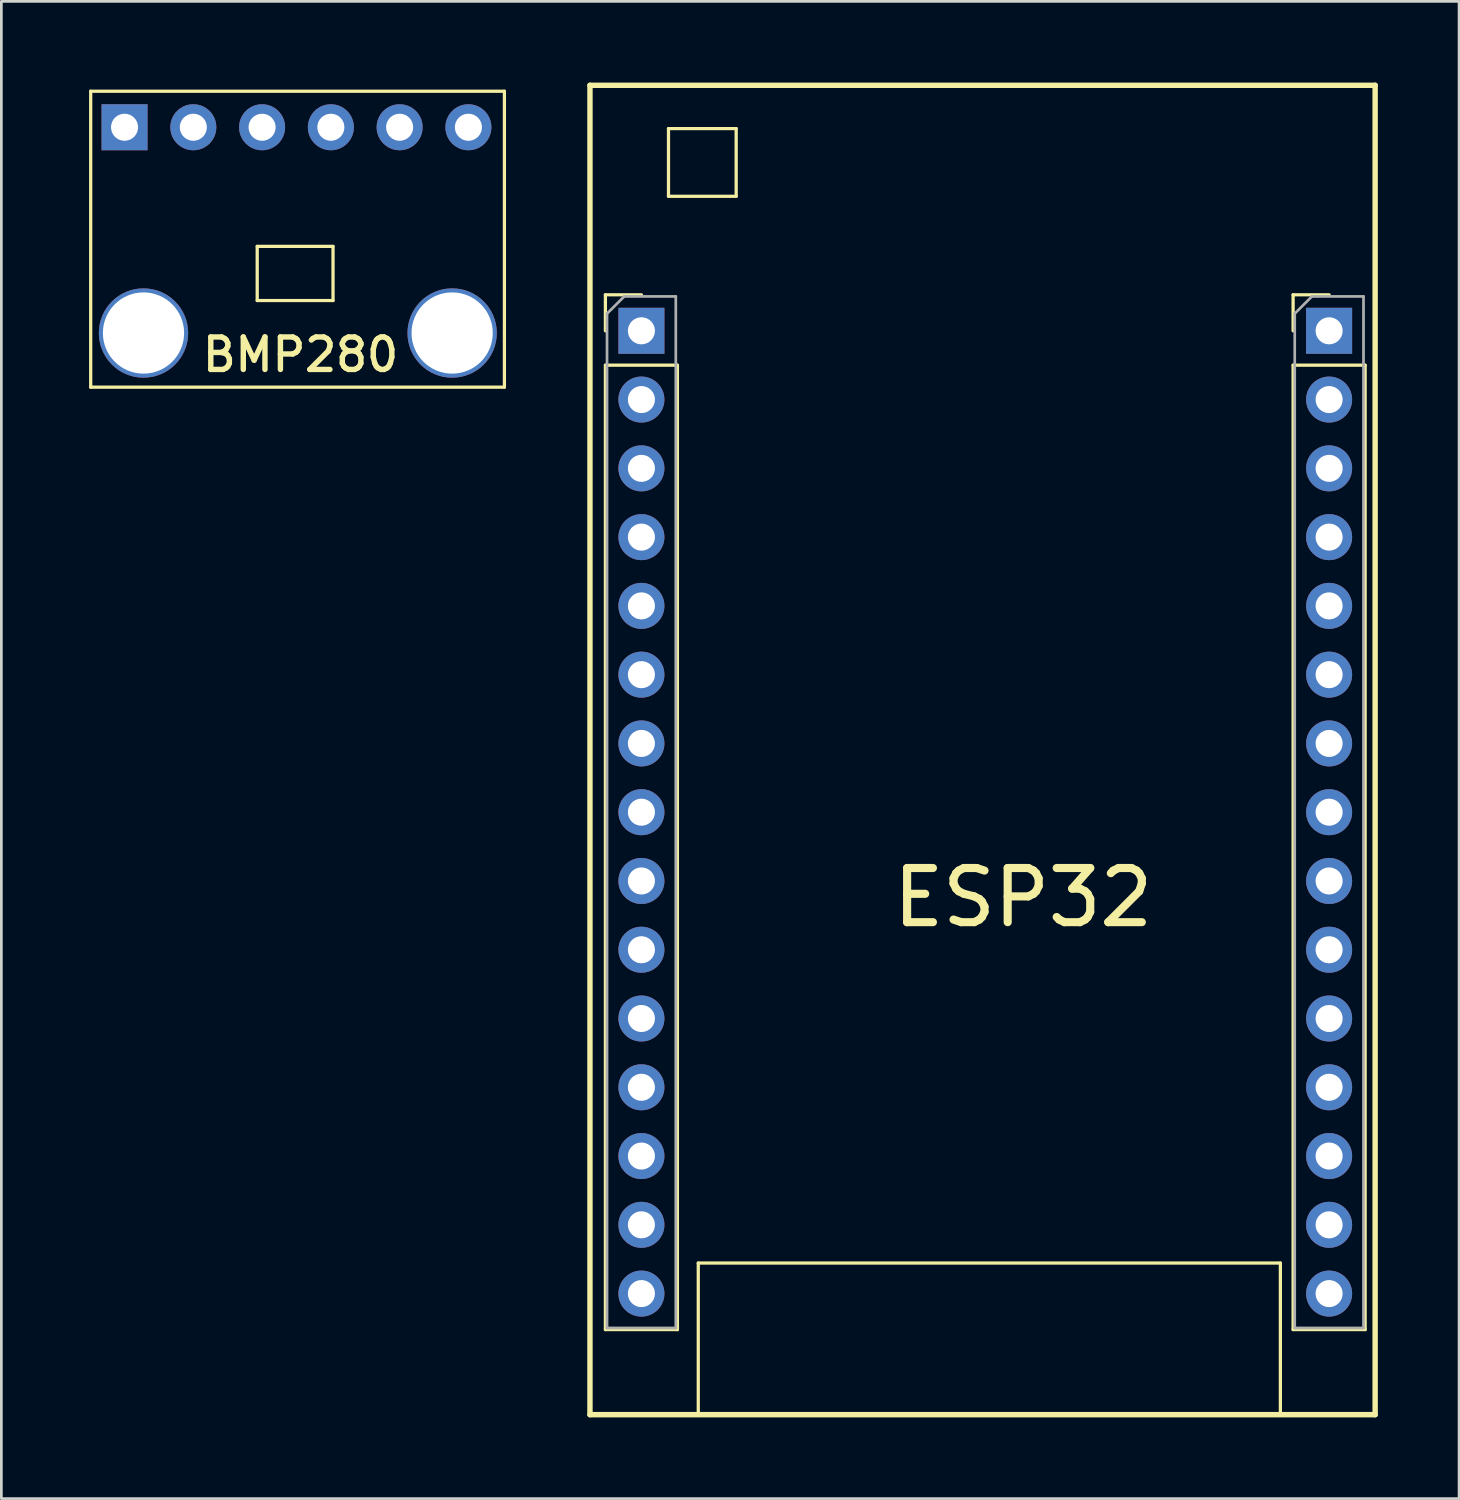
<source format=kicad_pcb>
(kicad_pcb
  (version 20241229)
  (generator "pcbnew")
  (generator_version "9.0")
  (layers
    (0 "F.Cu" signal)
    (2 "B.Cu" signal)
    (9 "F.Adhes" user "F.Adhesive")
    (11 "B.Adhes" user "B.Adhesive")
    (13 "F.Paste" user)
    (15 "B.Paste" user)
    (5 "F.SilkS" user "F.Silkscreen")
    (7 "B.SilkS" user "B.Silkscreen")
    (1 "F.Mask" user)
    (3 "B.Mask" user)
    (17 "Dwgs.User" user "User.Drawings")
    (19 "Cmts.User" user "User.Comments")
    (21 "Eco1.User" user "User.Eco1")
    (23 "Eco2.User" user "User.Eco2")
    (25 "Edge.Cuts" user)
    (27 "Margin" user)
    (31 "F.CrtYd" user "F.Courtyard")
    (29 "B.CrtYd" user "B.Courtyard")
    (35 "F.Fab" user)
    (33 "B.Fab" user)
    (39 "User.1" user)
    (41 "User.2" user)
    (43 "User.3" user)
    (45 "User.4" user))
  (footprint "BMP280"
    (layer "F.Cu")
    (at 0.25 0.25)
    (property "Reference" "BMP280" (at 7.8 9.8 0) (layer "F.SilkS") (effects (font (size 1.2 1.2) (thickness 0.2))))
    (attr through_hole)
    (fp_line (start 0.05 0.07) (end 15.33 0.07) (stroke (width 0.12) (type solid)) (layer "F.SilkS"))
    (fp_line (start 0.05 11) (end 0.05 0.07) (stroke (width 0.12) (type solid)) (layer "F.SilkS"))
    (fp_line (start 0.05 11) (end 15.33 11) (stroke (width 0.12) (type solid)) (layer "F.SilkS"))
    (fp_line (start 6.2 5.8) (end 9 5.8) (stroke (width 0.12) (type solid)) (layer "F.SilkS"))
    (fp_line (start 6.2 7.8) (end 6.2 5.8) (stroke (width 0.12) (type solid)) (layer "F.SilkS"))
    (fp_line (start 9 5.8) (end 9 7.8) (stroke (width 0.12) (type solid)) (layer "F.SilkS"))
    (fp_line (start 9 7.8) (end 6.2 7.8) (stroke (width 0.12) (type solid)) (layer "F.SilkS"))
    (fp_line (start 15.33 11) (end 15.33 0.07) (stroke (width 0.12) (type solid)) (layer "F.SilkS"))
    (pad "" thru_hole circle (at 2 9) (size 3.3 3.3) (drill 3) (layers "*.Cu" "*.Mask"))
    (pad "" thru_hole circle (at 13.4 9) (size 3.3 3.3) (drill 3) (layers "*.Cu" "*.Mask"))
    (pad "1" thru_hole rect (at 1.3 1.4 90) (size 1.7 1.7) (drill 1) (layers "*.Cu" "*.Mask"))
    (pad "2" thru_hole oval (at 3.84 1.4 90) (size 1.7 1.7) (drill 1) (layers "*.Cu" "*.Mask"))
    (pad "3" thru_hole oval (at 6.38 1.4 90) (size 1.7 1.7) (drill 1) (layers "*.Cu" "*.Mask"))
    (pad "4" thru_hole oval (at 8.92 1.4 90) (size 1.7 1.7) (drill 1) (layers "*.Cu" "*.Mask"))
    (pad "5" thru_hole oval (at 11.46 1.4 90) (size 1.7 1.7) (drill 1) (layers "*.Cu" "*.Mask"))
    (pad "6" thru_hole oval (at 14 1.4 90) (size 1.7 1.7) (drill 1) (layers "*.Cu" "*.Mask")))
  (footprint "ESP32"
    (layer "F.Cu")
    (at 46.04 9.168)
    (property "Reference" "ESP32" (at -11.3 20.932 0) (layer "F.SilkS") (effects (font (size 2 2) (thickness 0.3))))
    (attr through_hole)
    (fp_line (start -27.3 -9.068) (end -27.3 40.032) (stroke (width 0.2) (type solid)) (layer "F.SilkS"))
    (fp_line (start -27.3 40.032) (end 1.7 40.032) (stroke (width 0.2) (type solid)) (layer "F.SilkS"))
    (fp_line (start -26.73 -1.33) (end -25.4 -1.33) (stroke (width 0.12) (type solid)) (layer "F.SilkS"))
    (fp_line (start -26.73 0) (end -26.73 -1.33) (stroke (width 0.12) (type solid)) (layer "F.SilkS"))
    (fp_line (start -26.73 1.27) (end -26.73 36.89) (stroke (width 0.12) (type solid)) (layer "F.SilkS"))
    (fp_line (start -26.73 1.27) (end -24.07 1.27) (stroke (width 0.12) (type solid)) (layer "F.SilkS"))
    (fp_line (start -26.73 36.89) (end -24.07 36.89) (stroke (width 0.12) (type solid)) (layer "F.SilkS"))
    (fp_line (start -24.4 -7.468) (end -24.4 -4.968) (stroke (width 0.12) (type solid)) (layer "F.SilkS"))
    (fp_line (start -24.4 -4.968) (end -21.9 -4.968) (stroke (width 0.12) (type solid)) (layer "F.SilkS"))
    (fp_line (start -24.07 1.27) (end -24.07 36.89) (stroke (width 0.12) (type solid)) (layer "F.SilkS"))
    (fp_line (start -23.3 34.432) (end -1.8 34.432) (stroke (width 0.12) (type solid)) (layer "F.SilkS"))
    (fp_line (start -23.3 40.032) (end -23.3 34.432) (stroke (width 0.12) (type solid)) (layer "F.SilkS"))
    (fp_line (start -23.3 40.032) (end -1.8 40.032) (stroke (width 0.12) (type solid)) (layer "F.SilkS"))
    (fp_line (start -21.9 -7.468) (end -24.4 -7.468) (stroke (width 0.12) (type solid)) (layer "F.SilkS"))
    (fp_line (start -21.9 -4.968) (end -21.9 -7.468) (stroke (width 0.12) (type solid)) (layer "F.SilkS"))
    (fp_line (start -1.8 34.432) (end -1.8 40.032) (stroke (width 0.12) (type solid)) (layer "F.SilkS"))
    (fp_line (start -1.33 -1.33) (end 0 -1.33) (stroke (width 0.12) (type solid)) (layer "F.SilkS"))
    (fp_line (start -1.33 0) (end -1.33 -1.33) (stroke (width 0.12) (type solid)) (layer "F.SilkS"))
    (fp_line (start -1.33 1.27) (end -1.33 36.89) (stroke (width 0.12) (type solid)) (layer "F.SilkS"))
    (fp_line (start -1.33 1.27) (end 1.33 1.27) (stroke (width 0.12) (type solid)) (layer "F.SilkS"))
    (fp_line (start -1.33 36.89) (end 1.33 36.89) (stroke (width 0.12) (type solid)) (layer "F.SilkS"))
    (fp_line (start 1.33 1.27) (end 1.33 36.89) (stroke (width 0.12) (type solid)) (layer "F.SilkS"))
    (fp_line (start 1.7 -9.068) (end -27.3 -9.068) (stroke (width 0.2) (type solid)) (layer "F.SilkS"))
    (fp_line (start 1.7 40.032) (end 1.7 -9.068) (stroke (width 0.2) (type solid)) (layer "F.SilkS"))
    (fp_line (start -26.67 -0.635) (end -26.035 -1.27) (stroke (width 0.1) (type solid)) (layer "F.Fab"))
    (fp_line (start -26.67 36.83) (end -26.67 -0.635) (stroke (width 0.1) (type solid)) (layer "F.Fab"))
    (fp_line (start -26.035 -1.27) (end -24.13 -1.27) (stroke (width 0.1) (type solid)) (layer "F.Fab"))
    (fp_line (start -24.13 -1.27) (end -24.13 36.83) (stroke (width 0.1) (type solid)) (layer "F.Fab"))
    (fp_line (start -24.13 36.83) (end -26.67 36.83) (stroke (width 0.1) (type solid)) (layer "F.Fab"))
    (fp_line (start -1.27 -0.635) (end -0.635 -1.27) (stroke (width 0.1) (type solid)) (layer "F.Fab"))
    (fp_line (start -1.27 36.83) (end -1.27 -0.635) (stroke (width 0.1) (type solid)) (layer "F.Fab"))
    (fp_line (start -0.635 -1.27) (end 1.27 -1.27) (stroke (width 0.1) (type solid)) (layer "F.Fab"))
    (fp_line (start 1.27 -1.27) (end 1.27 36.83) (stroke (width 0.1) (type solid)) (layer "F.Fab"))
    (fp_line (start 1.27 36.83) (end -1.27 36.83) (stroke (width 0.1) (type solid)) (layer "F.Fab"))
    (pad "1" thru_hole rect (at -25.4 0) (size 1.7 1.7) (drill 1) (layers "*.Cu" "*.Mask"))
    (pad "2" thru_hole oval (at -25.4 2.54) (size 1.7 1.7) (drill 1) (layers "*.Cu" "*.Mask"))
    (pad "3" thru_hole oval (at -25.4 5.08) (size 1.7 1.7) (drill 1) (layers "*.Cu" "*.Mask"))
    (pad "4" thru_hole oval (at -25.4 7.62) (size 1.7 1.7) (drill 1) (layers "*.Cu" "*.Mask"))
    (pad "5" thru_hole oval (at -25.4 10.16) (size 1.7 1.7) (drill 1) (layers "*.Cu" "*.Mask"))
    (pad "6" thru_hole oval (at -25.4 12.7) (size 1.7 1.7) (drill 1) (layers "*.Cu" "*.Mask"))
    (pad "7" thru_hole oval (at -25.4 15.24) (size 1.7 1.7) (drill 1) (layers "*.Cu" "*.Mask"))
    (pad "8" thru_hole oval (at -25.4 17.78) (size 1.7 1.7) (drill 1) (layers "*.Cu" "*.Mask"))
    (pad "9" thru_hole oval (at -25.4 20.32) (size 1.7 1.7) (drill 1) (layers "*.Cu" "*.Mask"))
    (pad "10" thru_hole oval (at -25.4 22.86) (size 1.7 1.7) (drill 1) (layers "*.Cu" "*.Mask"))
    (pad "11" thru_hole oval (at -25.4 25.4) (size 1.7 1.7) (drill 1) (layers "*.Cu" "*.Mask"))
    (pad "12" thru_hole oval (at -25.4 27.94) (size 1.7 1.7) (drill 1) (layers "*.Cu" "*.Mask"))
    (pad "13" thru_hole oval (at -25.4 30.48) (size 1.7 1.7) (drill 1) (layers "*.Cu" "*.Mask"))
    (pad "14" thru_hole oval (at -25.4 33.02) (size 1.7 1.7) (drill 1) (layers "*.Cu" "*.Mask"))
    (pad "15" thru_hole oval (at -25.4 35.56) (size 1.7 1.7) (drill 1) (layers "*.Cu" "*.Mask"))
    (pad "16" thru_hole oval (at 0 35.56) (size 1.7 1.7) (drill 1) (layers "*.Cu" "*.Mask"))
    (pad "17" thru_hole oval (at 0 33.02) (size 1.7 1.7) (drill 1) (layers "*.Cu" "*.Mask"))
    (pad "18" thru_hole oval (at 0 30.48) (size 1.7 1.7) (drill 1) (layers "*.Cu" "*.Mask"))
    (pad "19" thru_hole oval (at 0 27.94) (size 1.7 1.7) (drill 1) (layers "*.Cu" "*.Mask"))
    (pad "20" thru_hole oval (at 0 25.4) (size 1.7 1.7) (drill 1) (layers "*.Cu" "*.Mask"))
    (pad "21" thru_hole oval (at 0 22.86) (size 1.7 1.7) (drill 1) (layers "*.Cu" "*.Mask"))
    (pad "22" thru_hole oval (at 0 20.32) (size 1.7 1.7) (drill 1) (layers "*.Cu" "*.Mask"))
    (pad "23" thru_hole oval (at 0 17.78) (size 1.7 1.7) (drill 1) (layers "*.Cu" "*.Mask"))
    (pad "24" thru_hole oval (at 0 15.24) (size 1.7 1.7) (drill 1) (layers "*.Cu" "*.Mask"))
    (pad "25" thru_hole oval (at 0 12.7) (size 1.7 1.7) (drill 1) (layers "*.Cu" "*.Mask"))
    (pad "26" thru_hole oval (at 0 10.16) (size 1.7 1.7) (drill 1) (layers "*.Cu" "*.Mask"))
    (pad "27" thru_hole oval (at 0 7.62) (size 1.7 1.7) (drill 1) (layers "*.Cu" "*.Mask"))
    (pad "28" thru_hole oval (at 0 5.08) (size 1.7 1.7) (drill 1) (layers "*.Cu" "*.Mask"))
    (pad "29" thru_hole oval (at 0 2.54) (size 1.7 1.7) (drill 1) (layers "*.Cu" "*.Mask"))
    (pad "30" thru_hole rect (at 0 0) (size 1.7 1.7) (drill 1) (layers "*.Cu" "*.Mask")))
  (gr_rect
    (start -3 -3)
    (end 50.84 52.3)
    (stroke (width 0.1) (type default))
    (fill no)
    (layer "Edge.Cuts")))
</source>
